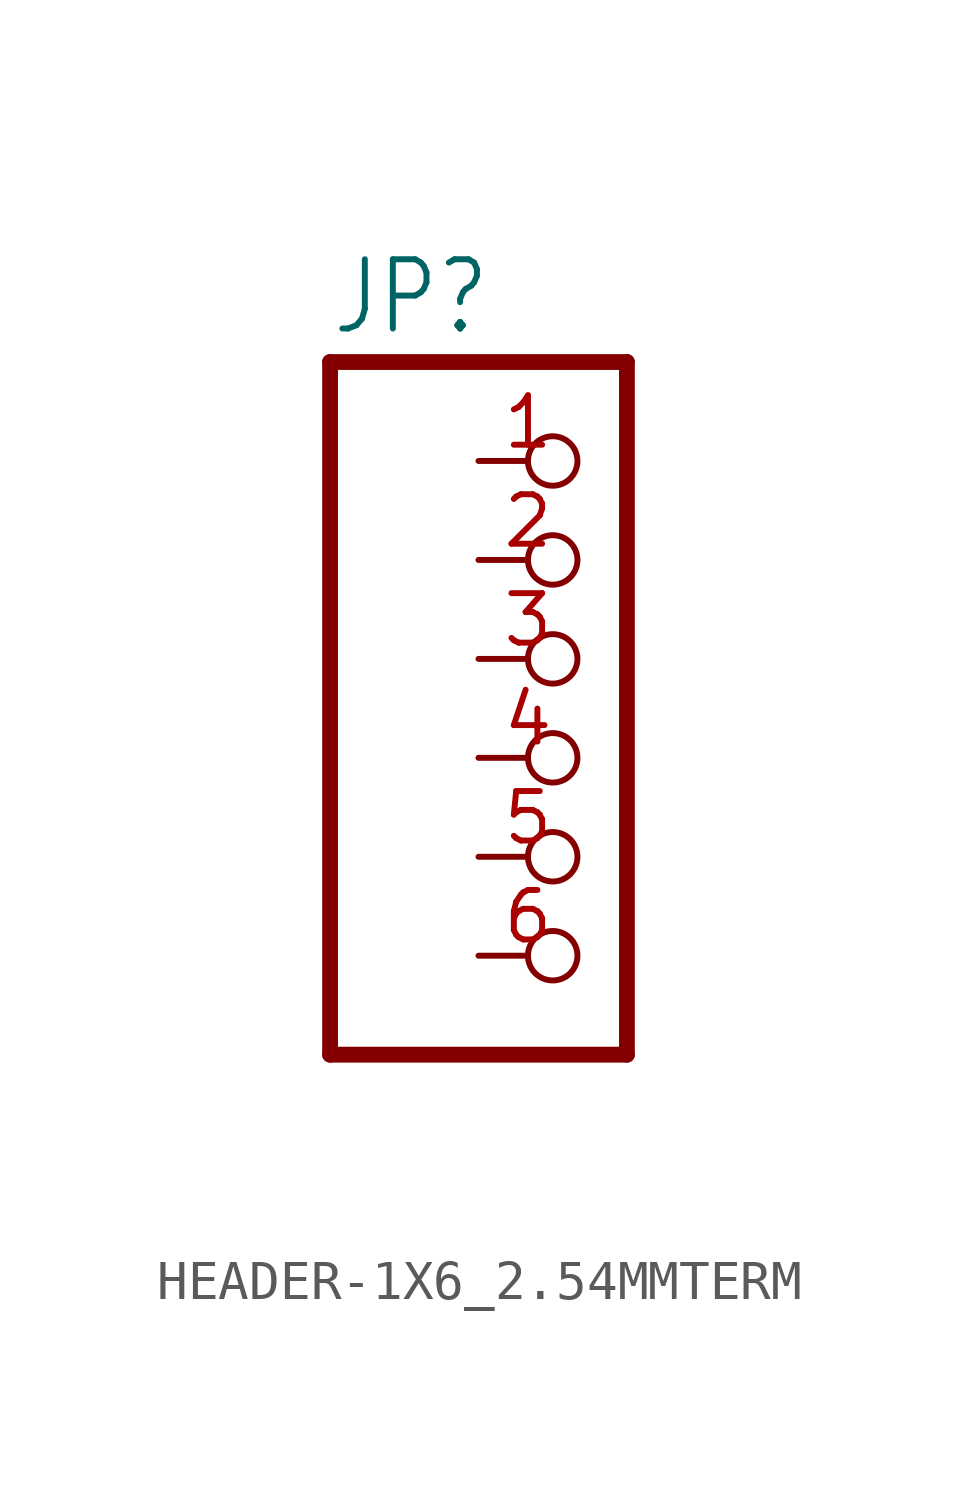
<source format=kicad_sym>
(kicad_symbol_lib
  (version 20231120)
  (generator "kicad_symbol_editor")
  (generator_version "8.0")
  (symbol "HEADER-1X6_2.54MMTERM"
    (property "Reference" "JP"
      (at -6.35 10.795 0)
      (effects (font (size 1.778 1.511)) (justify left bottom)))
    (property "Value" ""
      (at -6.35 -10.16 0)
      (effects (font (size 1.778 1.511)) (justify left bottom)))
    (property "ki_locked" ""
      (at 0 0 0)
      (effects (font (size 1.27 1.27))))
    (symbol "HEADER-1X6_2.54MMTERM_1_0"
      (polyline (pts (xy -6.35 -7.62) (xy 1.27 -7.62)) (stroke (width 0.406) (type solid)) (fill (type none)))
      (polyline (pts (xy -6.35 10.16) (xy -6.35 -7.62)) (stroke (width 0.406) (type solid)) (fill (type none)))
      (polyline (pts (xy 1.27 -7.62) (xy 1.27 10.16)) (stroke (width 0.406) (type solid)) (fill (type none)))
      (polyline (pts (xy 1.27 10.16) (xy -6.35 10.16)) (stroke (width 0.406) (type solid)) (fill (type none)))
      (pin passive inverted (at -2.54 7.62 0) (length 2.54) (name "1" (effects (font (size 0 0)))) (number "1" (effects (font (size 1.27 1.27)))))
      (pin passive inverted (at -2.54 5.08 0) (length 2.54) (name "2" (effects (font (size 0 0)))) (number "2" (effects (font (size 1.27 1.27)))))
      (pin passive inverted (at -2.54 2.54 0) (length 2.54) (name "3" (effects (font (size 0 0)))) (number "3" (effects (font (size 1.27 1.27)))))
      (pin passive inverted (at -2.54 0 0) (length 2.54) (name "4" (effects (font (size 0 0)))) (number "4" (effects (font (size 1.27 1.27)))))
      (pin passive inverted (at -2.54 -2.54 0) (length 2.54) (name "5" (effects (font (size 0 0)))) (number "5" (effects (font (size 1.27 1.27)))))
      (pin passive inverted (at -2.54 -5.08 0) (length 2.54) (name "6" (effects (font (size 0 0)))) (number "6" (effects (font (size 1.27 1.27))))))))
</source>
